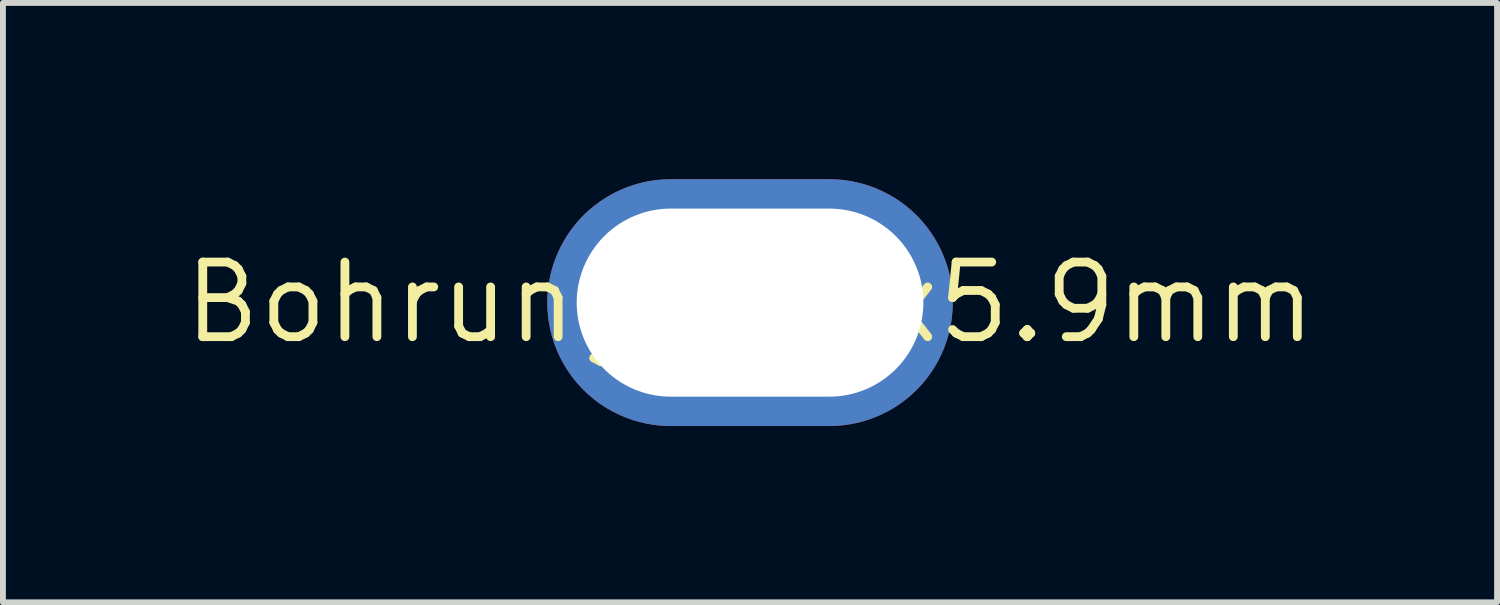
<source format=kicad_pcb>
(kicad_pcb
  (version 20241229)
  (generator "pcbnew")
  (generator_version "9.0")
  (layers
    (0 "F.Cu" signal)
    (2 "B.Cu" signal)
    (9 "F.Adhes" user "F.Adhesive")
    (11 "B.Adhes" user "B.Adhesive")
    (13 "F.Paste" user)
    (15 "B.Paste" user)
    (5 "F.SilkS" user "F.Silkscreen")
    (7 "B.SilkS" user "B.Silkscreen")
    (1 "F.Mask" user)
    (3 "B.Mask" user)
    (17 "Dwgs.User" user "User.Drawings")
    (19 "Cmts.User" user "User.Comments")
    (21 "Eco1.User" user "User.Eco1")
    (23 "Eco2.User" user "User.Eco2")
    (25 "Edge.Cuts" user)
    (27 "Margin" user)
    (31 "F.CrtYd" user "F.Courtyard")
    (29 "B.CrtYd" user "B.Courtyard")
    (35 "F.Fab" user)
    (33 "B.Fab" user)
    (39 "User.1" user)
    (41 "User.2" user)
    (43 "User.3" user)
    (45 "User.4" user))
  (footprint "Bohrung_3.2x5.9mm"
    (layer "F.Cu")
    (at 9.714 2.1)
    (property "Reference" "Bohrung_3.2x5.9mm" (at 0 0 0) (layer "F.SilkS") (effects (font (size 1.27 1.27) (thickness 0.15))))
    (attr through_hole)
    (pad "" np_thru_hole oval (at 0 0) (size 6.9 4.2) (drill oval 5.9 3.2) (layers "*.Cu" "*.Mask")))
  (gr_rect
    (start -3 -3)
    (end 22.427 7.2)
    (stroke (width 0.1) (type default))
    (fill no)
    (layer "Edge.Cuts")))
</source>
